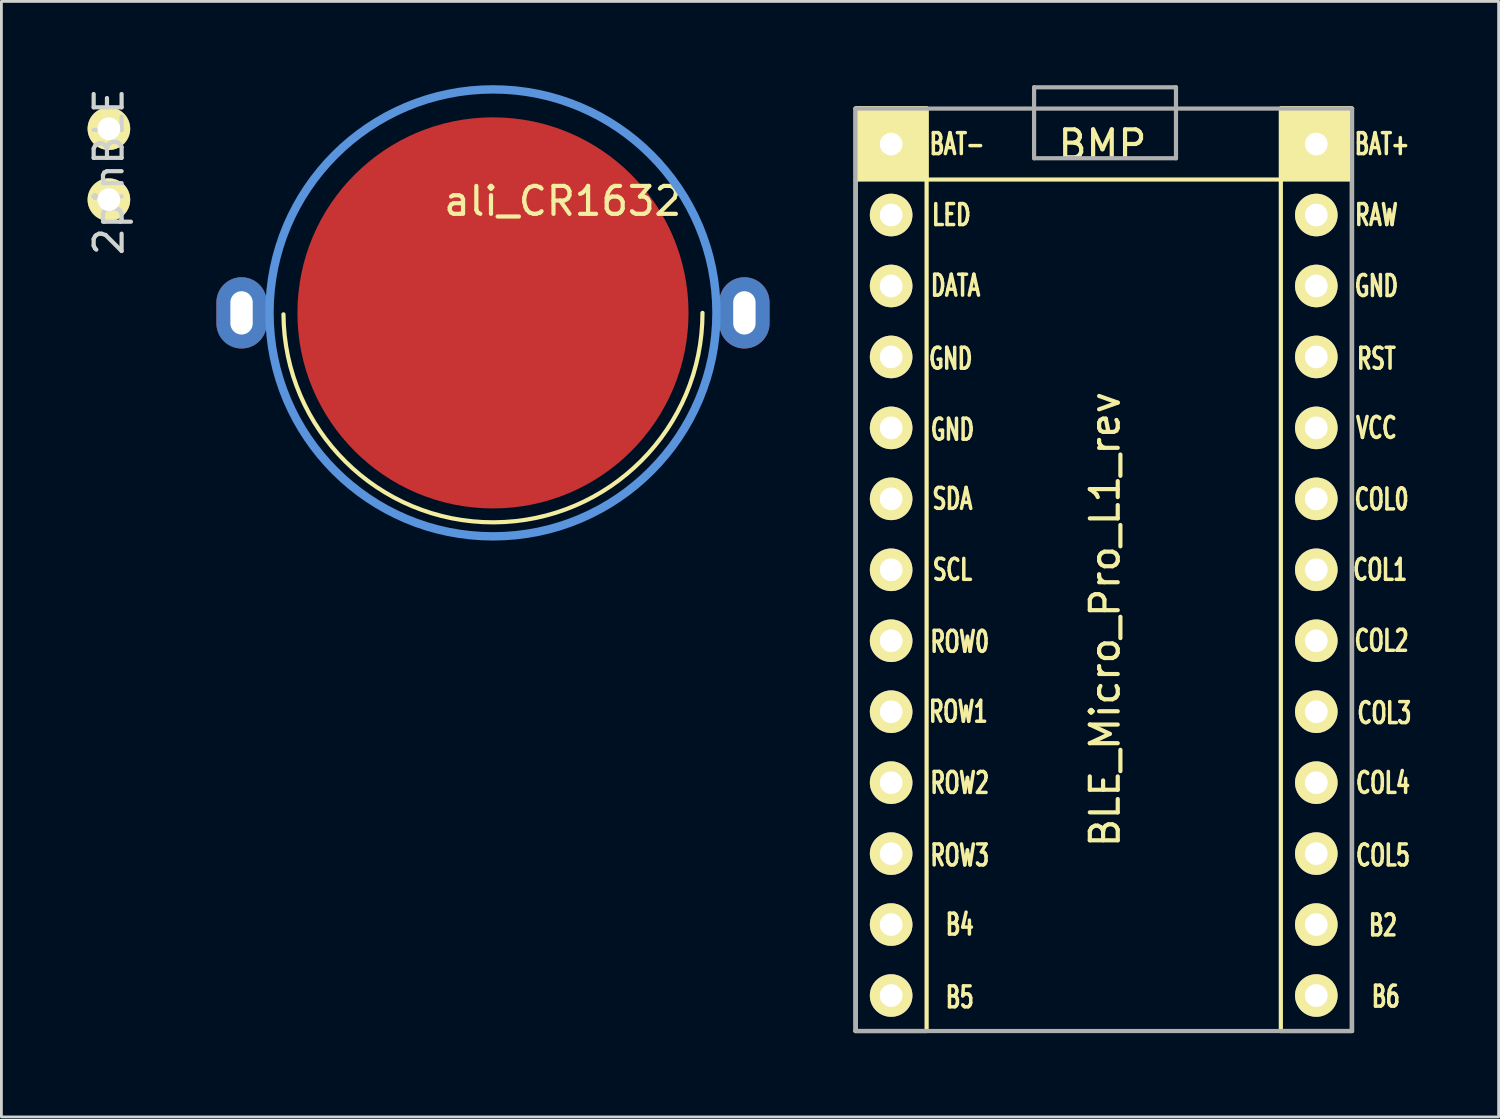
<source format=kicad_pcb>
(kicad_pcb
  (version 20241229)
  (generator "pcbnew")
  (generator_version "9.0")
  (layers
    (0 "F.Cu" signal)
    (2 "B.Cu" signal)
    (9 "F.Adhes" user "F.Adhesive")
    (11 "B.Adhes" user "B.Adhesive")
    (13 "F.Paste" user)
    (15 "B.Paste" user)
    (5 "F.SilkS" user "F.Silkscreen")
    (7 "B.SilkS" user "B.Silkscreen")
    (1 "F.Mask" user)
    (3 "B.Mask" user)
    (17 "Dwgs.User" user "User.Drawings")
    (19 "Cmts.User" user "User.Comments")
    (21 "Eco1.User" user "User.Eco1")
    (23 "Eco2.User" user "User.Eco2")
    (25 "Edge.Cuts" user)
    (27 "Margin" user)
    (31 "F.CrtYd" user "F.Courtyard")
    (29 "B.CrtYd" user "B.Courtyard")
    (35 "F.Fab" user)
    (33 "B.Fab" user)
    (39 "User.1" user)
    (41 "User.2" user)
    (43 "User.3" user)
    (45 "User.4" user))
  (footprint "BLE_Micro_Pro_L1_rev"
    (layer "F.Cu")
    (at 36.414 19.125)
    (property "Reference" "BLE_Micro_Pro_L1_rev" (at 0.093 0 270) (layer "F.SilkS") (effects (font (size 1 1) (thickness 0.15))))
    (attr through_hole)
    (fp_line (start -8.834 -18.288) (end -8.834 14.732) (stroke (width 0.15) (type solid)) (layer "F.SilkS"))
    (fp_line (start -8.834 14.732) (end -6.294 14.732) (stroke (width 0.15) (type solid)) (layer "F.SilkS"))
    (fp_line (start -6.294 -18.288) (end -8.834 -18.288) (stroke (width 0.15) (type solid)) (layer "F.SilkS"))
    (fp_line (start -6.294 14.732) (end -6.294 -18.288) (stroke (width 0.15) (type solid)) (layer "F.SilkS"))
    (fp_line (start 6.386 -18.288) (end 6.386 14.732) (stroke (width 0.15) (type solid)) (layer "F.SilkS"))
    (fp_line (start 6.386 14.732) (end 8.926 14.732) (stroke (width 0.15) (type solid)) (layer "F.SilkS"))
    (fp_line (start 8.926 -18.288) (end 6.386 -18.288) (stroke (width 0.15) (type solid)) (layer "F.SilkS"))
    (fp_line (start 8.926 -15.748) (end -8.834 -15.748) (stroke (width 0.15) (type solid)) (layer "F.SilkS"))
    (fp_line (start 8.926 14.732) (end 8.926 -18.288) (stroke (width 0.15) (type solid)) (layer "F.SilkS"))
    (fp_poly (pts (xy -8.8 -18.3) (xy -8.8 -15.8) (xy -6.3 -15.8) (xy -6.3 -18.3)) (stroke (width 0.15) (type solid)) (fill yes) (layer "F.SilkS"))
    (fp_poly (pts (xy 6.4 -18.3) (xy 6.4 -15.8) (xy 8.9 -15.8) (xy 8.9 -18.3)) (stroke (width 0.15) (type solid)) (fill yes) (layer "F.SilkS"))
    (fp_line (start -8.842 -18.288) (end -8.842 14.732) (stroke (width 0.15) (type solid)) (layer "F.Fab"))
    (fp_line (start -8.842 14.732) (end 8.938 14.732) (stroke (width 0.15) (type solid)) (layer "F.Fab"))
    (fp_line (start -2.447 -19.05) (end 2.633 -19.05) (stroke (width 0.15) (type solid)) (layer "F.Fab"))
    (fp_line (start -2.447 -16.51) (end -2.447 -19.05) (stroke (width 0.15) (type solid)) (layer "F.Fab"))
    (fp_line (start 2.633 -19.05) (end 2.633 -16.51) (stroke (width 0.15) (type solid)) (layer "F.Fab"))
    (fp_line (start 2.633 -16.51) (end -2.447 -16.51) (stroke (width 0.15) (type solid)) (layer "F.Fab"))
    (fp_line (start 8.938 -18.288) (end -8.842 -18.288) (stroke (width 0.15) (type solid)) (layer "F.Fab"))
    (fp_line (start 8.938 14.732) (end 8.938 -18.288) (stroke (width 0.15) (type solid)) (layer "F.Fab"))
    (fp_text user "GND" (at -5.432 -9.335 0) (layer "F.SilkS") (effects (font (size 0.75 0.5) (thickness 0.125))))
    (fp_text user "COL5" (at 10.043 8.445 0) (layer "F.SilkS") (effects (font (size 0.75 0.5) (thickness 0.125))))
    (fp_text user "COL1" (at 9.943 -1.778 0) (layer "F.SilkS") (effects (font (size 0.75 0.5) (thickness 0.125))))
    (fp_text user "ROW2" (at -5.107 5.85 0) (layer "F.SilkS") (effects (font (size 0.75 0.5) (thickness 0.125))))
    (fp_text user "ROW0" (at -5.107 0.8 0) (layer "F.SilkS") (effects (font (size 0.75 0.5) (thickness 0.125))))
    (fp_text user "GND" (at 9.808 -11.938 0) (layer "F.SilkS") (effects (font (size 0.75 0.5) (thickness 0.125))))
    (fp_text user "ROW3" (at -5.107 8.445 0) (layer "F.SilkS") (effects (font (size 0.75 0.5) (thickness 0.125))))
    (fp_text user "BAT+" (at 10.008 -17.018 0) (layer "F.SilkS") (effects (font (size 0.75 0.5) (thickness 0.125))))
    (fp_text user "COL0" (at 9.993 -4.3 0) (layer "F.SilkS") (effects (font (size 0.75 0.5) (thickness 0.125))))
    (fp_text user "COL4" (at 10.043 5.85 0) (layer "F.SilkS") (effects (font (size 0.75 0.5) (thickness 0.125))))
    (fp_text user "BAT-" (at -5.207 -17.018 0) (layer "F.SilkS") (effects (font (size 0.75 0.5) (thickness 0.125))))
    (fp_text user "RST" (at 9.808 -9.335 0) (layer "F.SilkS") (effects (font (size 0.75 0.5) (thickness 0.125))))
    (fp_text user "DATA" (at -5.257 -11.95 0) (layer "F.SilkS") (effects (font (size 0.75 0.5) (thickness 0.125))))
    (fp_text user "BMP" (at 0 -17 0) (layer "F.SilkS") (effects (font (size 1 1) (thickness 0.15))))
    (fp_text user "" (at 0.593 -17.25 0) (layer "F.SilkS") (effects (font (size 1 1) (thickness 0.15))))
    (fp_text user "SDA" (at -5.368 -4.318 0) (layer "F.SilkS") (effects (font (size 0.75 0.5) (thickness 0.125))))
    (fp_text user "COL3" (at 10.093 3.35 0) (layer "F.SilkS") (effects (font (size 0.75 0.5) (thickness 0.125))))
    (fp_text user "B2" (at 10.043 10.95 0) (layer "F.SilkS") (effects (font (size 0.75 0.5) (thickness 0.125))))
    (fp_text user "COL2" (at 9.993 0.762 0) (layer "F.SilkS") (effects (font (size 0.75 0.5) (thickness 0.125))))
    (fp_text user "B5" (at -5.107 13.525 0) (layer "F.SilkS") (effects (font (size 0.75 0.5) (thickness 0.125))))
    (fp_text user "LED" (at -5.407 -14.478 0) (layer "F.SilkS") (effects (font (size 0.75 0.5) (thickness 0.125))))
    (fp_text user "RAW" (at 9.808 -14.478 0) (layer "F.SilkS") (effects (font (size 0.75 0.5) (thickness 0.125))))
    (fp_text user "ROW1" (at -5.157 3.302 0) (layer "F.SilkS") (effects (font (size 0.75 0.5) (thickness 0.125))))
    (fp_text user "SCL" (at -5.368 -1.778 0) (layer "F.SilkS") (effects (font (size 0.75 0.5) (thickness 0.125))))
    (fp_text user "B4" (at -5.107 10.922 0) (layer "F.SilkS") (effects (font (size 0.75 0.5) (thickness 0.125))))
    (fp_text user "GND" (at -5.368 -6.795 0) (layer "F.SilkS") (effects (font (size 0.75 0.5) (thickness 0.125))))
    (fp_text user "VCC" (at 9.808 -6.858 0) (layer "F.SilkS") (effects (font (size 0.75 0.5) (thickness 0.125))))
    (fp_text user "B6" (at 10.143 13.5 0) (layer "F.SilkS") (effects (font (size 0.75 0.5) (thickness 0.125))))
    (fp_text user "" (at 1.299 -16.256 0) (layer "B.SilkS") (effects (font (size 1 1) (thickness 0.15)) (justify mirror)))
    (pad "1" thru_hole circle (at -7.564 -14.478) (size 1.524 1.524) (drill 0.813) (layers "*.Cu" "*.Mask" "F.SilkS"))
    (pad "2" thru_hole circle (at -7.564 -11.938) (size 1.524 1.524) (drill 0.813) (layers "*.Cu" "*.Mask" "F.SilkS"))
    (pad "3" thru_hole circle (at -7.564 -9.398) (size 1.524 1.524) (drill 0.813) (layers "*.Cu" "*.Mask" "F.SilkS"))
    (pad "4" thru_hole circle (at -7.564 -6.858) (size 1.524 1.524) (drill 0.813) (layers "*.Cu" "*.Mask" "F.SilkS"))
    (pad "5" thru_hole circle (at -7.564 -4.318) (size 1.524 1.524) (drill 0.813) (layers "*.Cu" "*.Mask" "F.SilkS"))
    (pad "6" thru_hole circle (at -7.564 -1.778) (size 1.524 1.524) (drill 0.813) (layers "*.Cu" "*.Mask" "F.SilkS"))
    (pad "7" thru_hole circle (at -7.564 0.762) (size 1.524 1.524) (drill 0.813) (layers "*.Cu" "*.Mask" "F.SilkS"))
    (pad "8" thru_hole circle (at -7.564 3.302) (size 1.524 1.524) (drill 0.813) (layers "*.Cu" "*.Mask" "F.SilkS"))
    (pad "9" thru_hole circle (at -7.564 5.842) (size 1.524 1.524) (drill 0.813) (layers "*.Cu" "*.Mask" "F.SilkS"))
    (pad "10" thru_hole circle (at -7.564 8.382) (size 1.524 1.524) (drill 0.813) (layers "*.Cu" "*.Mask" "F.SilkS"))
    (pad "11" thru_hole circle (at -7.564 10.922) (size 1.524 1.524) (drill 0.813) (layers "*.Cu" "*.Mask" "F.SilkS"))
    (pad "12" thru_hole circle (at -7.564 13.462) (size 1.524 1.524) (drill 0.813) (layers "*.Cu" "*.Mask" "F.SilkS"))
    (pad "13" thru_hole circle (at 7.656 13.462) (size 1.524 1.524) (drill 0.813) (layers "*.Cu" "*.Mask" "F.SilkS"))
    (pad "14" thru_hole circle (at 7.656 10.922) (size 1.524 1.524) (drill 0.813) (layers "*.Cu" "*.Mask" "F.SilkS"))
    (pad "15" thru_hole circle (at 7.656 8.382) (size 1.524 1.524) (drill 0.813) (layers "*.Cu" "*.Mask" "F.SilkS"))
    (pad "16" thru_hole circle (at 7.656 5.842) (size 1.524 1.524) (drill 0.813) (layers "*.Cu" "*.Mask" "F.SilkS"))
    (pad "17" thru_hole circle (at 7.656 3.302) (size 1.524 1.524) (drill 0.813) (layers "*.Cu" "*.Mask" "F.SilkS"))
    (pad "18" thru_hole circle (at 7.656 0.762) (size 1.524 1.524) (drill 0.813) (layers "*.Cu" "*.Mask" "F.SilkS"))
    (pad "19" thru_hole circle (at 7.656 -1.778) (size 1.524 1.524) (drill 0.813) (layers "*.Cu" "*.Mask" "F.SilkS"))
    (pad "20" thru_hole circle (at 7.656 -4.318) (size 1.524 1.524) (drill 0.813) (layers "*.Cu" "*.Mask" "F.SilkS"))
    (pad "21" thru_hole circle (at 7.656 -6.858) (size 1.524 1.524) (drill 0.813) (layers "*.Cu" "*.Mask" "F.SilkS"))
    (pad "22" thru_hole circle (at 7.656 -9.398) (size 1.524 1.524) (drill 0.813) (layers "*.Cu" "*.Mask" "F.SilkS"))
    (pad "23" thru_hole circle (at 7.656 -11.938) (size 1.524 1.524) (drill 0.813) (layers "*.Cu" "*.Mask" "F.SilkS"))
    (pad "24" thru_hole circle (at 7.656 -14.478) (size 1.524 1.524) (drill 0.813) (layers "*.Cu" "*.Mask" "F.SilkS"))
    (pad "25" thru_hole circle (at 7.656 -17.018) (size 1.524 1.524) (drill 0.813) (layers "*.Cu" "*.Mask" "F.SilkS"))
    (pad "26" thru_hole circle (at -7.564 -17.018) (size 1.524 1.524) (drill 0.813) (layers "*.Cu" "*.Mask" "F.SilkS")))
  (footprint "ali_CR1632"
    (layer "F.Cu")
    (at 14.597 8.15)
    (property "Reference" "ali_CR1632" (at 2.5 -4 0) (layer "F.SilkS") (effects (font (size 1 1) (thickness 0.15))))
    (attr through_hole)
    (fp_arc (start 7.5 0) (mid 0.02618 7.499954) (end -7.499817 0.052359) (stroke (width 0.15) (type solid)) (layer "F.SilkS"))
    (fp_circle (center 0 0) (end 0 -8) (stroke (width 0.3) (type solid)) (fill no) (layer "Cmts.User"))
    (pad "1" thru_hole oval (at -9 0) (size 1.8 2.55) (drill oval 0.8 1.55) (layers "*.Cu" "*.Mask"))
    (pad "1" thru_hole oval (at 9 0) (size 1.8 2.55) (drill oval 0.8 1.55) (layers "*.Cu" "*.Mask"))
    (pad "2" smd circle (at 0 0) (size 14 14) (layers "F.Cu" "F.Mask")))
  (footprint "2pinBLE"
    (layer "F.Cu")
    (at 0.848 3.101)
    (property "Reference" "2pinBLE" (at 0 0 270) (layer "Edge.Cuts") (effects (font (size 1 1) (thickness 0.15))))
    (attr through_hole)
    (pad "1" thru_hole circle (at 0 -1.544) (size 1.524 1.524) (drill 0.813) (layers "*.Cu" "*.Mask" "F.SilkS"))
    (pad "2" thru_hole circle (at 0 0.996) (size 1.524 1.524) (drill 0.813) (layers "*.Cu" "*.Mask" "F.SilkS")))
  (gr_rect
    (start -3 -3)
    (end 50.596 36.932)
    (stroke (width 0.1) (type default))
    (fill no)
    (layer "Edge.Cuts")))
</source>
